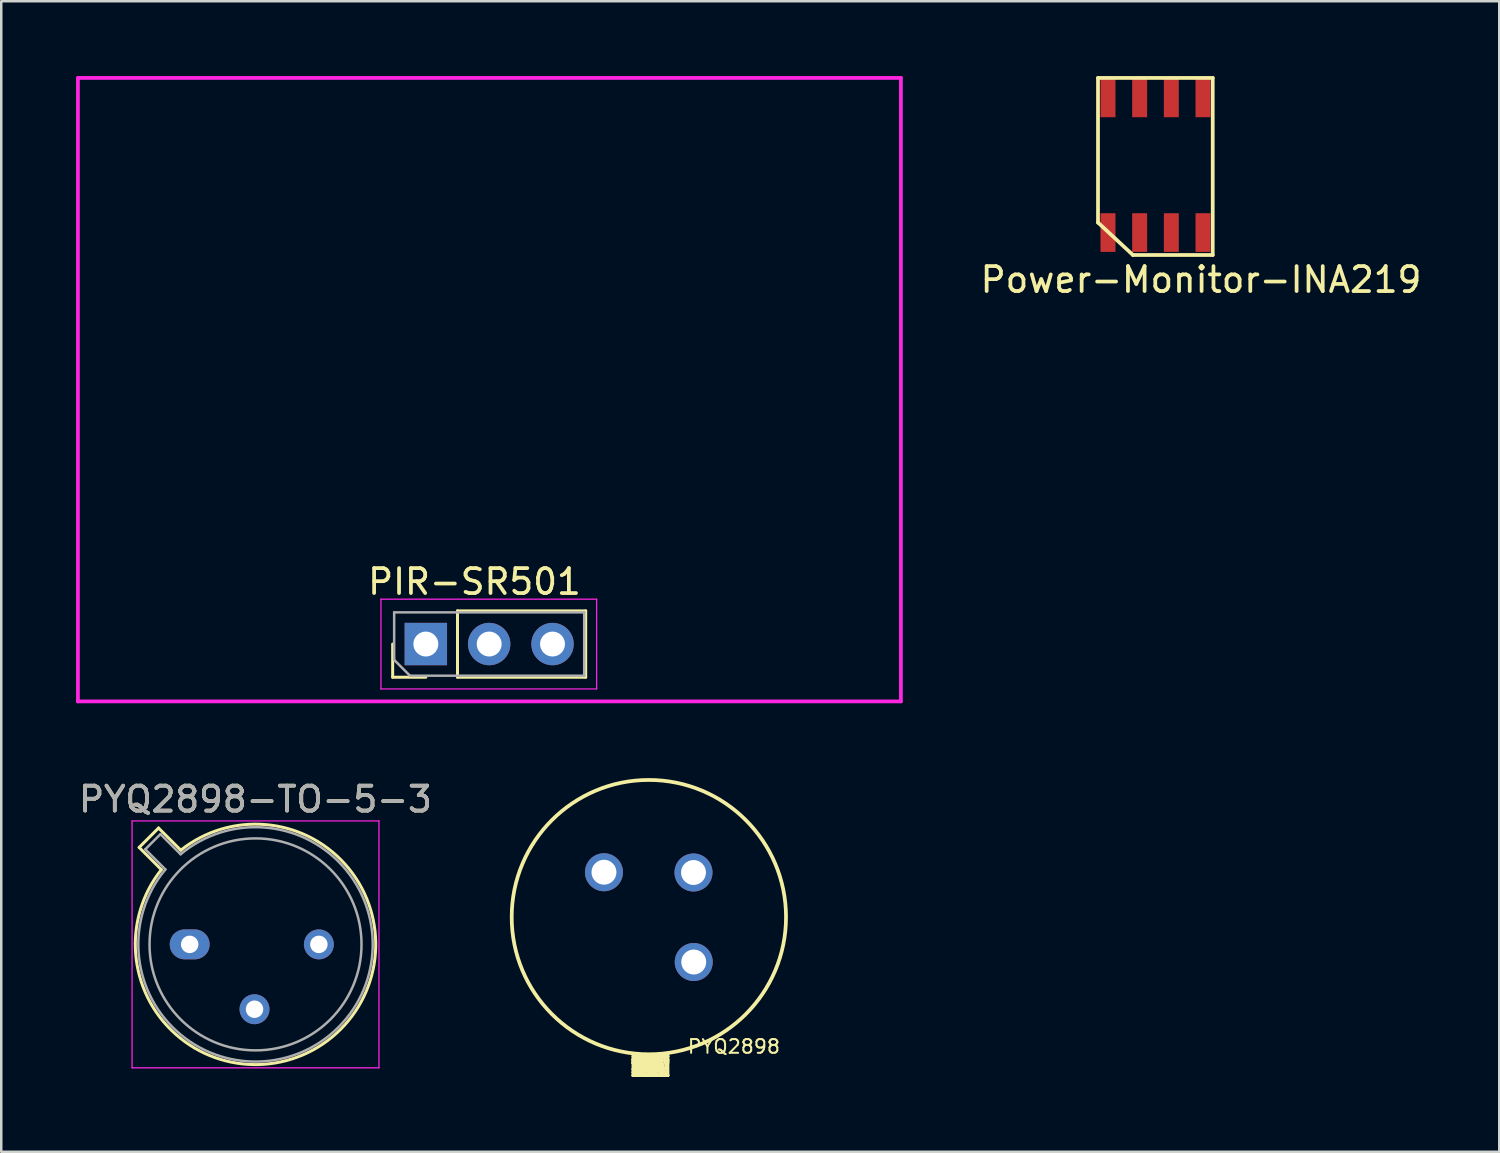
<source format=kicad_pcb>
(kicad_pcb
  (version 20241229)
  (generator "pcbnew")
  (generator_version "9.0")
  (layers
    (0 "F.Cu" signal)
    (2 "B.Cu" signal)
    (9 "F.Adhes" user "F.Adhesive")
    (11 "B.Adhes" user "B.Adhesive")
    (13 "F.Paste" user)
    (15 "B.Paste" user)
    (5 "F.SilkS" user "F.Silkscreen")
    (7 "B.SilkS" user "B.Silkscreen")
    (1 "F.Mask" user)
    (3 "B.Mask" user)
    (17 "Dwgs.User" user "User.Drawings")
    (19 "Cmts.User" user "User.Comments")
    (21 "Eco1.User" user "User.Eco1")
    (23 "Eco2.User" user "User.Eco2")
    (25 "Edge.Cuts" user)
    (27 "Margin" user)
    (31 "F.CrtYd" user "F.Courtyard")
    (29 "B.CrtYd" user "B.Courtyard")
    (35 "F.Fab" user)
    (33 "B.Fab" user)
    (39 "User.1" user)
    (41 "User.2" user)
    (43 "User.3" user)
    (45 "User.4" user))
  (footprint "PYQ2898"
    (layer "F.Cu")
    (at 22.968 33.725)
    (property "Reference" "PYQ2898" (at 3.41 5.19 180) (layer "F.SilkS") (effects (font (size 0.55 0.55) (thickness 0.08))))
    (attr through_hole)
    (fp_line (start -0.635 5.461) (end -0.635 6.35) (stroke (width 0.12) (type solid)) (layer "F.SilkS"))
    (fp_line (start -0.635 5.588) (end 0.762 5.588) (stroke (width 0.12) (type solid)) (layer "F.SilkS"))
    (fp_line (start -0.635 5.715) (end 0.762 5.715) (stroke (width 0.12) (type solid)) (layer "F.SilkS"))
    (fp_line (start -0.635 5.715) (end 0.762 6.35) (stroke (width 0.12) (type solid)) (layer "F.SilkS"))
    (fp_line (start -0.635 5.842) (end -0.635 5.715) (stroke (width 0.12) (type solid)) (layer "F.SilkS"))
    (fp_line (start -0.635 5.842) (end -0.381 5.969) (stroke (width 0.12) (type solid)) (layer "F.SilkS"))
    (fp_line (start -0.635 5.842) (end 0.508 6.35) (stroke (width 0.12) (type solid)) (layer "F.SilkS"))
    (fp_line (start -0.635 6.096) (end -0.381 5.842) (stroke (width 0.12) (type solid)) (layer "F.SilkS"))
    (fp_line (start -0.635 6.223) (end 0.127 5.715) (stroke (width 0.12) (type solid)) (layer "F.SilkS"))
    (fp_line (start -0.635 6.35) (end 0.381 5.715) (stroke (width 0.12) (type solid)) (layer "F.SilkS"))
    (fp_line (start -0.635 6.35) (end 0.762 6.35) (stroke (width 0.12) (type solid)) (layer "F.SilkS"))
    (fp_line (start -0.381 5.842) (end -0.635 5.842) (stroke (width 0.12) (type solid)) (layer "F.SilkS"))
    (fp_line (start -0.381 5.969) (end -0.254 5.715) (stroke (width 0.12) (type solid)) (layer "F.SilkS"))
    (fp_line (start -0.381 6.223) (end -0.635 5.842) (stroke (width 0.12) (type solid)) (layer "F.SilkS"))
    (fp_line (start -0.381 6.35) (end 0.127 6.223) (stroke (width 0.12) (type solid)) (layer "F.SilkS"))
    (fp_line (start -0.254 5.715) (end -0.254 5.969) (stroke (width 0.12) (type solid)) (layer "F.SilkS"))
    (fp_line (start -0.254 5.969) (end -0.127 5.715) (stroke (width 0.12) (type solid)) (layer "F.SilkS"))
    (fp_line (start -0.127 5.715) (end 0.635 6.223) (stroke (width 0.12) (type solid)) (layer "F.SilkS"))
    (fp_line (start -0.127 6.096) (end 0.381 6.096) (stroke (width 0.12) (type solid)) (layer "F.SilkS"))
    (fp_line (start 0.127 5.715) (end -0.635 6.096) (stroke (width 0.12) (type solid)) (layer "F.SilkS"))
    (fp_line (start 0.127 6.223) (end 0.254 5.969) (stroke (width 0.12) (type solid)) (layer "F.SilkS"))
    (fp_line (start 0.127 6.35) (end -0.127 6.096) (stroke (width 0.12) (type solid)) (layer "F.SilkS"))
    (fp_line (start 0.254 5.969) (end 0.127 6.35) (stroke (width 0.12) (type solid)) (layer "F.SilkS"))
    (fp_line (start 0.381 5.715) (end -0.635 6.223) (stroke (width 0.12) (type solid)) (layer "F.SilkS"))
    (fp_line (start 0.381 5.842) (end -0.381 6.35) (stroke (width 0.12) (type solid)) (layer "F.SilkS"))
    (fp_line (start 0.381 6.096) (end 0.127 6.35) (stroke (width 0.12) (type solid)) (layer "F.SilkS"))
    (fp_line (start 0.381 6.096) (end 0.381 5.842) (stroke (width 0.12) (type solid)) (layer "F.SilkS"))
    (fp_line (start 0.508 5.715) (end -0.381 6.223) (stroke (width 0.12) (type solid)) (layer "F.SilkS"))
    (fp_line (start 0.508 5.842) (end 0.381 6.096) (stroke (width 0.12) (type solid)) (layer "F.SilkS"))
    (fp_line (start 0.508 6.35) (end 0.508 5.842) (stroke (width 0.12) (type solid)) (layer "F.SilkS"))
    (fp_line (start 0.635 5.715) (end -0.635 6.35) (stroke (width 0.12) (type solid)) (layer "F.SilkS"))
    (fp_line (start 0.635 6.223) (end 0.508 5.715) (stroke (width 0.12) (type solid)) (layer "F.SilkS"))
    (fp_line (start 0.762 5.588) (end -0.635 5.715) (stroke (width 0.12) (type solid)) (layer "F.SilkS"))
    (fp_line (start 0.762 5.715) (end 0.762 5.842) (stroke (width 0.12) (type solid)) (layer "F.SilkS"))
    (fp_line (start 0.762 6.35) (end 0.635 5.715) (stroke (width 0.12) (type solid)) (layer "F.SilkS"))
    (fp_line (start 0.762 6.35) (end 0.762 5.461) (stroke (width 0.12) (type solid)) (layer "F.SilkS"))
    (fp_circle (center 0 0) (end 0 -5.5) (stroke (width 0.15) (type solid)) (fill no) (layer "F.SilkS"))
    (pad "1" thru_hole circle (at 1.8 1.8) (size 1.524 1.524) (drill 1) (layers "*.Cu" "*.Mask"))
    (pad "2" thru_hole circle (at -1.8 -1.8) (size 1.524 1.524) (drill 1) (layers "*.Cu" "*.Mask"))
    (pad "3" thru_hole circle (at 1.79 -1.79) (size 1.524 1.524) (drill 1) (layers "*.Cu" "*.Mask")))
  (footprint "PYQ2898-TO-5-3"
    (layer "F.Cu")
    (at 4.656 34.818)
    (property "Reference" "PYQ2898-TO-5-3" (at 2.54 -5.82 0) (layer "F.SilkS") (effects (font (size 1 1) (thickness 0.15))))
    (attr through_hole)
    (fp_line (start -2.126 -3.888) (end -1.235 -2.997) (stroke (width 0.12) (type solid)) (layer "F.SilkS"))
    (fp_line (start -1.348 -4.666) (end -2.126 -3.888) (stroke (width 0.12) (type solid)) (layer "F.SilkS"))
    (fp_line (start -0.457 -3.775) (end -1.348 -4.666) (stroke (width 0.12) (type solid)) (layer "F.SilkS"))
    (fp_arc (start -0.457084 -3.774902) (mid 5.948125 3.408384) (end -1.234674 -2.997371) (stroke (width 0.12) (type solid)) (layer "F.SilkS"))
    (fp_line (start -2.41 -4.95) (end -2.41 4.95) (stroke (width 0.05) (type solid)) (layer "F.CrtYd"))
    (fp_line (start -2.41 4.95) (end 7.49 4.95) (stroke (width 0.05) (type solid)) (layer "F.CrtYd"))
    (fp_line (start 7.49 -4.95) (end -2.41 -4.95) (stroke (width 0.05) (type solid)) (layer "F.CrtYd"))
    (fp_line (start 7.49 4.95) (end 7.49 -4.95) (stroke (width 0.05) (type solid)) (layer "F.CrtYd"))
    (fp_line (start -1.88 -3.812) (end -1.074 -3.005) (stroke (width 0.1) (type solid)) (layer "F.Fab"))
    (fp_line (start -1.272 -4.42) (end -1.88 -3.812) (stroke (width 0.1) (type solid)) (layer "F.Fab"))
    (fp_line (start -0.465 -3.614) (end -1.272 -4.42) (stroke (width 0.1) (type solid)) (layer "F.Fab"))
    (fp_arc (start -0.465408 -3.61352) (mid 5.863443 3.323361) (end -1.073594 -3.005319) (stroke (width 0.1) (type solid)) (layer "F.Fab"))
    (fp_circle (center 2.54 0) (end 6.79 0) (stroke (width 0.1) (type solid)) (fill no) (layer "F.Fab"))
    (fp_text user "${REFERENCE}" (at 2.54 -5.82 0) (layer "F.Fab") (effects (font (size 1 1) (thickness 0.15))))
    (pad "1" thru_hole oval (at -0.1 0) (size 1.6 1.2) (drill 0.7) (layers "*.Cu" "*.Mask"))
    (pad "2" thru_hole oval (at 2.5 2.6) (size 1.2 1.2) (drill 0.7) (layers "*.Cu" "*.Mask"))
    (pad "3" thru_hole oval (at 5.08 0) (size 1.2 1.2) (drill 0.7) (layers "*.Cu" "*.Mask")))
  (footprint "PIR-SR501"
    (layer "F.Cu")
    (at 16.875 10.925)
    (property "Reference" "PIR-SR501" (at -0.9 9.35 180) (layer "F.SilkS") (effects (font (size 1 1) (thickness 0.15))))
    (attr through_hole)
    (fp_line (start -4.18 13.18) (end -4.18 11.85) (stroke (width 0.12) (type solid)) (layer "F.SilkS"))
    (fp_line (start -2.85 13.18) (end -4.18 13.18) (stroke (width 0.12) (type solid)) (layer "F.SilkS"))
    (fp_line (start -1.58 10.52) (end 3.56 10.52) (stroke (width 0.12) (type solid)) (layer "F.SilkS"))
    (fp_line (start -1.58 13.18) (end -1.58 10.52) (stroke (width 0.12) (type solid)) (layer "F.SilkS"))
    (fp_line (start -1.58 13.18) (end 3.56 13.18) (stroke (width 0.12) (type solid)) (layer "F.SilkS"))
    (fp_line (start 3.56 13.18) (end 3.56 10.52) (stroke (width 0.12) (type solid)) (layer "F.SilkS"))
    (fp_line (start -16.8 -10.85) (end -16.8 14.15) (stroke (width 0.15) (type solid)) (layer "F.CrtYd"))
    (fp_line (start -16.8 14.15) (end 16.2 14.15) (stroke (width 0.15) (type solid)) (layer "F.CrtYd"))
    (fp_line (start -4.65 10.05) (end -4.65 13.65) (stroke (width 0.05) (type solid)) (layer "F.CrtYd"))
    (fp_line (start -4.65 13.65) (end 4 13.65) (stroke (width 0.05) (type solid)) (layer "F.CrtYd"))
    (fp_line (start 4 10.05) (end -4.65 10.05) (stroke (width 0.05) (type solid)) (layer "F.CrtYd"))
    (fp_line (start 4 13.65) (end 4 10.05) (stroke (width 0.05) (type solid)) (layer "F.CrtYd"))
    (fp_line (start 16.2 -10.85) (end -16.8 -10.85) (stroke (width 0.15) (type solid)) (layer "F.CrtYd"))
    (fp_line (start 16.2 14.15) (end 16.2 -10.85) (stroke (width 0.15) (type solid)) (layer "F.CrtYd"))
    (fp_line (start -4.12 10.58) (end 3.5 10.58) (stroke (width 0.1) (type solid)) (layer "F.Fab"))
    (fp_line (start -4.12 12.485) (end -4.12 10.58) (stroke (width 0.1) (type solid)) (layer "F.Fab"))
    (fp_line (start -3.485 13.12) (end -4.12 12.485) (stroke (width 0.1) (type solid)) (layer "F.Fab"))
    (fp_line (start 3.5 10.58) (end 3.5 13.12) (stroke (width 0.1) (type solid)) (layer "F.Fab"))
    (fp_line (start 3.5 13.12) (end -3.485 13.12) (stroke (width 0.1) (type solid)) (layer "F.Fab"))
    (pad "1" thru_hole rect (at -2.85 11.85 90) (size 1.7 1.7) (drill 1) (layers "*.Cu" "*.Mask"))
    (pad "2" thru_hole oval (at -0.31 11.85 90) (size 1.7 1.7) (drill 1) (layers "*.Cu" "*.Mask"))
    (pad "3" thru_hole oval (at 2.23 11.85 90) (size 1.7 1.7) (drill 1) (layers "*.Cu" "*.Mask")))
  (footprint "Power-Monitor-INA219"
    (layer "F.Cu")
    (at 41.378 6.275)
    (property "Reference" "Power-Monitor-INA219" (at 3.73 1.89 0) (layer "F.SilkS") (effects (font (size 1 1) (thickness 0.15))))
    (attr through_hole)
    (fp_line (start -0.4 -6.2) (end 4.2 -6.2) (stroke (width 0.15) (type solid)) (layer "F.SilkS"))
    (fp_line (start -0.4 -0.4) (end -0.4 -6.2) (stroke (width 0.15) (type solid)) (layer "F.SilkS"))
    (fp_line (start 1 0.9) (end -0.4 -0.4) (stroke (width 0.15) (type solid)) (layer "F.SilkS"))
    (fp_line (start 4.2 -6.2) (end 4.2 0.9) (stroke (width 0.15) (type solid)) (layer "F.SilkS"))
    (fp_line (start 4.2 0.9) (end 1 0.9) (stroke (width 0.15) (type solid)) (layer "F.SilkS"))
    (pad "1" smd rect (at 0 0) (size 0.6 1.55) (layers "F.Cu" "F.Mask" "F.Paste"))
    (pad "2" smd rect (at 1.27 0) (size 0.6 1.55) (layers "F.Cu" "F.Mask" "F.Paste"))
    (pad "3" smd rect (at 2.54 0) (size 0.6 1.55) (layers "F.Cu" "F.Mask" "F.Paste"))
    (pad "4" smd rect (at 3.81 0) (size 0.6 1.55) (layers "F.Cu" "F.Mask" "F.Paste"))
    (pad "5" smd rect (at 3.81 -5.4) (size 0.6 1.55) (layers "F.Cu" "F.Mask" "F.Paste"))
    (pad "6" smd rect (at 2.54 -5.4) (size 0.6 1.55) (layers "F.Cu" "F.Mask" "F.Paste"))
    (pad "7" smd rect (at 1.27 -5.4) (size 0.6 1.55) (layers "F.Cu" "F.Mask" "F.Paste"))
    (pad "8" smd rect (at 0 -5.4) (size 0.6 1.55) (layers "F.Cu" "F.Mask" "F.Paste")))
  (gr_rect
    (start -3 -3)
    (end 57.067 43.135)
    (stroke (width 0.1) (type default))
    (fill no)
    (layer "Edge.Cuts")))
</source>
